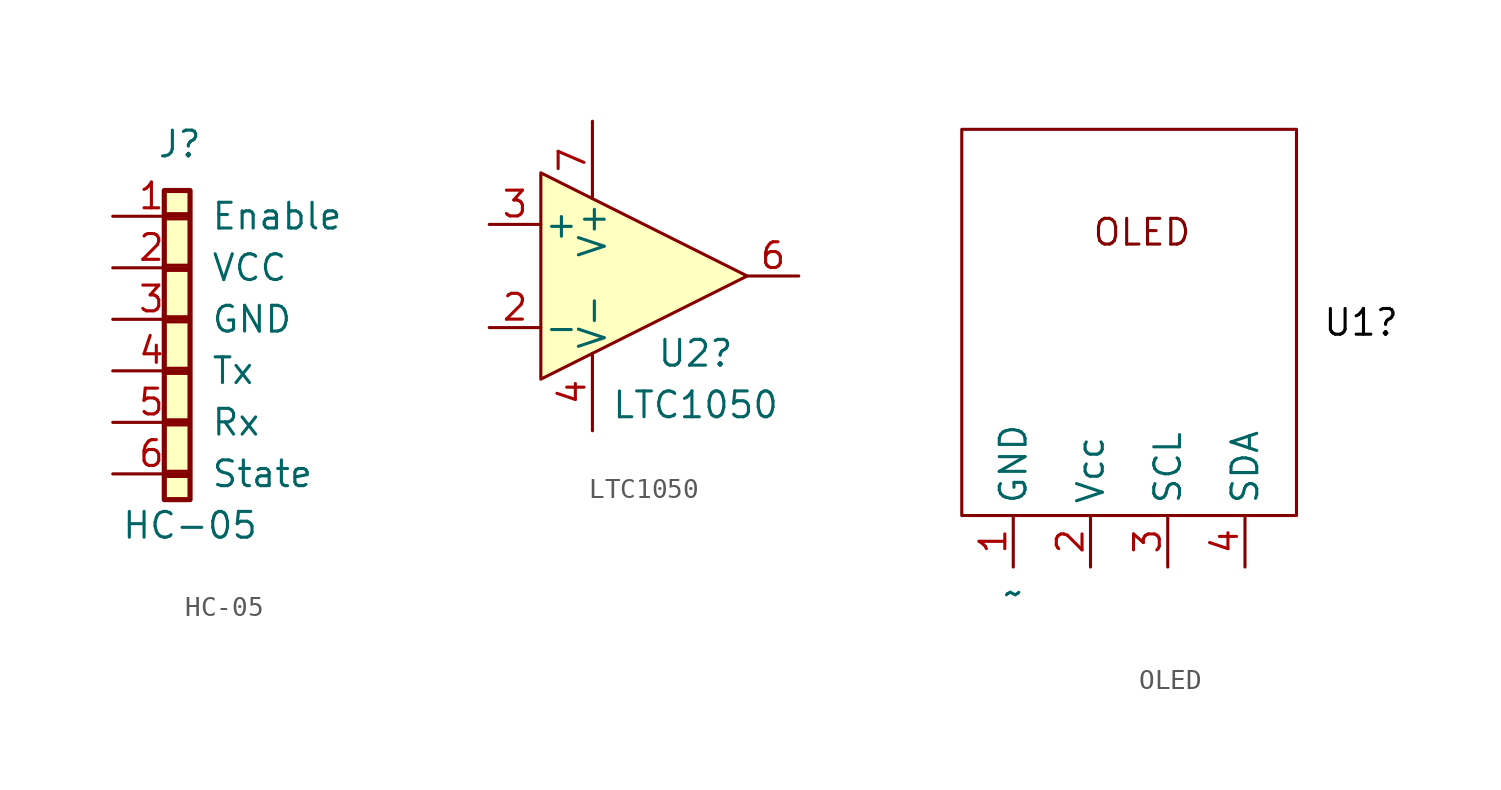
<source format=kicad_sym>
(kicad_symbol_lib
  (version 20241209)
  (generator "kicad_symbol_editor")
  (generator_version "9.0")
  (symbol "HC-05"
    (pin_names
      (offset 1.016))
    (property "Reference" "J"
      (at -0.508 8.636 0)
      (do_not_autoplace)
      (effects (font (size 1.27 1.27))))
    (property "Value" "HC-05"
      (at 0 -10.16 0)
      (effects (font (size 1.27 1.27))))
    (symbol "HC-05_1_1"
      (rectangle (start -1.27 6.35) (end 0 -8.89) (stroke (width 0.254) (type default)) (fill (type background)))
      (rectangle (start -1.27 5.207) (end 0 4.953) (stroke (width 0.152) (type default)) (fill (type none)))
      (rectangle (start -1.27 2.667) (end 0 2.413) (stroke (width 0.152) (type default)) (fill (type none)))
      (rectangle (start -1.27 0.127) (end 0 -0.127) (stroke (width 0.152) (type default)) (fill (type none)))
      (rectangle (start -1.27 -2.413) (end 0 -2.667) (stroke (width 0.152) (type default)) (fill (type none)))
      (rectangle (start -1.27 -4.953) (end 0 -5.207) (stroke (width 0.152) (type default)) (fill (type none)))
      (rectangle (start -1.27 -7.493) (end 0 -7.747) (stroke (width 0.152) (type default)) (fill (type none)))
      (pin bidirectional line (at -3.81 5.08 0) (length 3.81) (name "Enable" (effects (font (size 1.27 1.27)))) (number "1" (effects (font (size 1.27 1.27)))))
      (pin power_in line (at -3.81 2.54 0) (length 3.81) (name "VCC" (effects (font (size 1.27 1.27)))) (number "2" (effects (font (size 1.27 1.27)))))
      (pin power_in line (at -3.81 0 0) (length 3.81) (name "GND" (effects (font (size 1.27 1.27)))) (number "3" (effects (font (size 1.27 1.27)))))
      (pin bidirectional line (at -3.81 -2.54 0) (length 3.81) (name "Tx" (effects (font (size 1.27 1.27)))) (number "4" (effects (font (size 1.27 1.27)))))
      (pin bidirectional line (at -3.81 -5.08 0) (length 3.81) (name "Rx" (effects (font (size 1.27 1.27)))) (number "5" (effects (font (size 1.27 1.27)))))
      (pin input line (at -3.81 -7.62 0) (length 3.81) (name "State" (effects (font (size 1.27 1.27)))) (number "6" (effects (font (size 1.27 1.27)))))))
  (symbol "LTC1050"
    (pin_names
      (offset 0.127))
    (property "Reference" "U2"
      (at 2.54 -3.81 0)
      (effects (font (size 1.27 1.27))))
    (property "Value" "LTC1050"
      (at 2.54 -6.35 0)
      (effects (font (size 1.27 1.27))))
    (property "Description" ""
      (at 0 0 0)
      (effects (font (size 1.27 1.27))))
    (symbol "LTC1050_0_1"
      (polyline (pts (xy -5.08 5.08) (xy -5.08 -5.08) (xy 5.08 0) (xy -5.08 5.08)) (stroke (width 0) (type default)) (fill (type background))))
    (symbol "LTC1050_1_1"
      (pin input line (at -7.62 2.54 0) (length 2.54) (name "+" (effects (font (size 1.27 1.27)))) (number "3" (effects (font (size 1.27 1.27)))))
      (pin input line (at -7.62 -2.54 0) (length 2.54) (name "-" (effects (font (size 1.27 1.27)))) (number "2" (effects (font (size 1.27 1.27)))))
      (pin power_in line (at -2.54 7.62 270) (length 3.81) (name "V+" (effects (font (size 1.27 1.27)))) (number "7" (effects (font (size 1.27 1.27)))))
      (pin power_in line (at -2.54 -7.62 90) (length 3.81) (name "V-" (effects (font (size 1.27 1.27)))) (number "4" (effects (font (size 1.27 1.27)))))
      (pin output line (at 7.62 0 180) (length 2.54) (name "~" (effects (font (size 1.27 1.27)))) (number "6" (effects (font (size 1.27 1.27)))))))
  (symbol "OLED"
    (property "Reference" "U1"
      (at 10.16 13.335 0)
      (effects (font (size 1.27 1.27) (color 0 0 0 1)) (justify left)))
    (property "Value" "~"
      (at -5.08 0 0)
      (effects (font (size 1.27 1.27))))
    (property "Description" ""
      (at 0 0 0)
      (effects (font (size 1.27 1.27))))
    (symbol "OLED_0_1"
      (rectangle (start -7.62 22.86) (end 8.89 3.81) (stroke (width 0) (type default)) (fill (type none))))
    (symbol "OLED_1_1"
      (text "OLED\n" (at 1.27 17.78 0) (effects (font (size 1.27 1.27))))
      (pin input line (at -5.08 1.27 90) (length 2.54) (name "GND" (effects (font (size 1.27 1.27)))) (number "1" (effects (font (size 1.27 1.27)))))
      (pin input line (at -1.27 1.27 90) (length 2.54) (name "Vcc" (effects (font (size 1.27 1.27)))) (number "2" (effects (font (size 1.27 1.27)))))
      (pin input line (at 2.54 1.27 90) (length 2.54) (name "SCL" (effects (font (size 1.27 1.27)))) (number "3" (effects (font (size 1.27 1.27)))))
      (pin input line (at 6.35 1.27 90) (length 2.54) (name "SDA" (effects (font (size 1.27 1.27)))) (number "4" (effects (font (size 1.27 1.27))))))))
</source>
